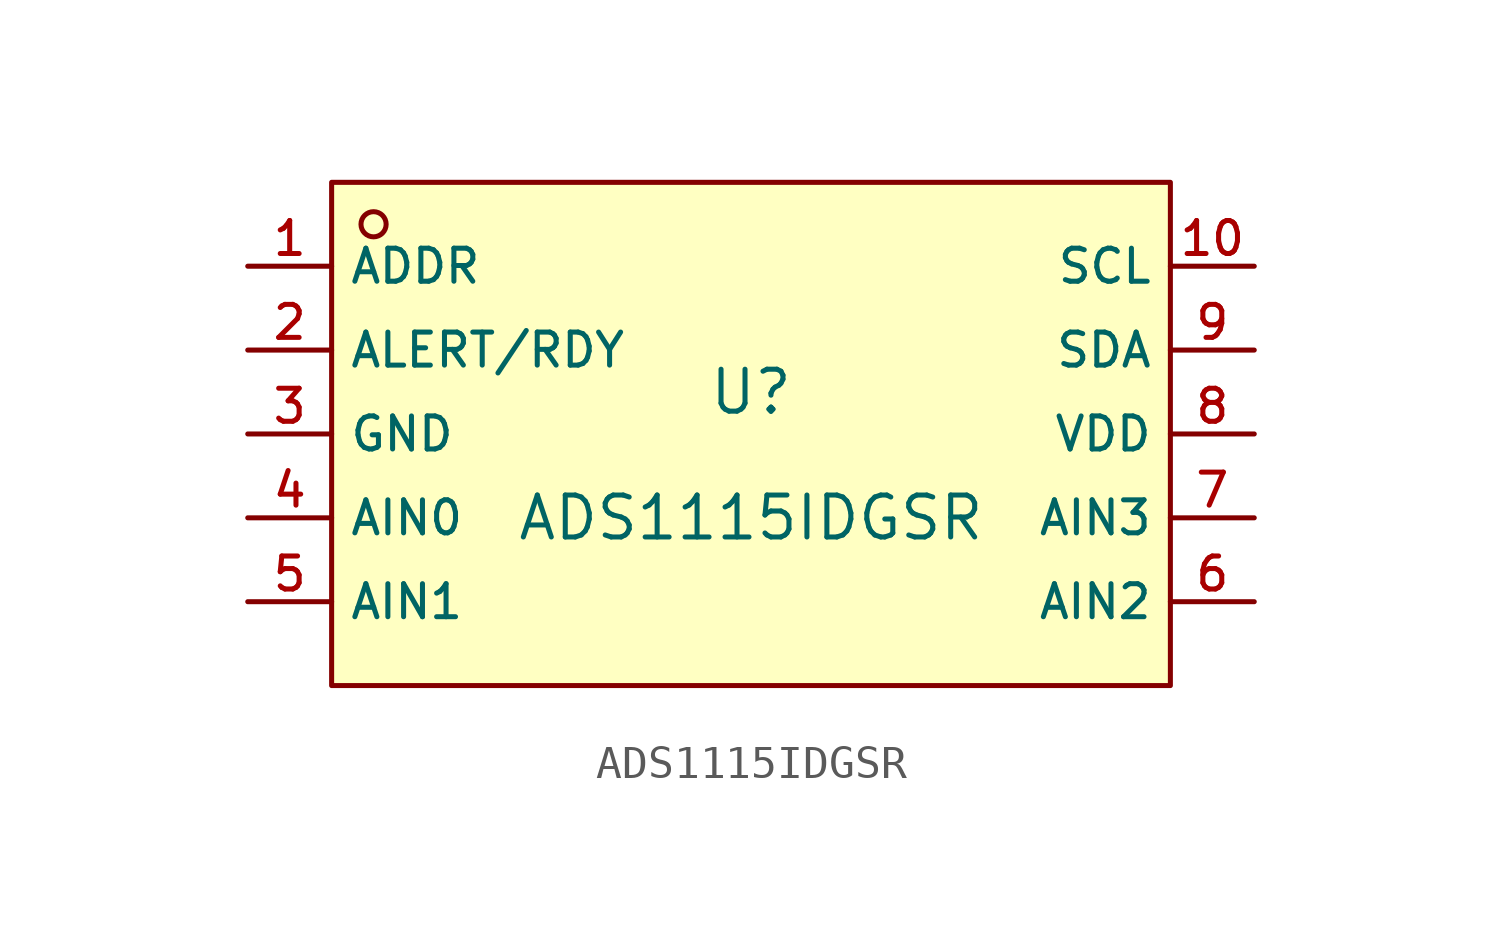
<source format=kicad_sym>
(kicad_symbol_lib
  (version 20210201)
  (generator TousstNicolas/JLC2KiCad_lib)
  (symbol "ADS1115IDGSR"
    (property "Reference" "U"
      (at 0 1.27 0)
      (effects (font (size 1.27 1.27))))
    (property "Value" "ADS1115IDGSR"
      (at 0 -2.54 0)
      (effects (font (size 1.27 1.27))))
    (symbol "ADS1115IDGSR_0_1"
      (rectangle (start -12.7 7.62) (end 12.7 -7.62) (stroke (width 0) (type default) (color 0 0 0 0)) (fill (type background)))
      (circle (center -11.43 6.35) (radius 0.381) (stroke (width 0) (type default) (color 0 0 0 0)) (fill (type background)))
      (pin unspecified line (at -15.24 5.08 0) (length 2.54) (name "ADDR" (effects (font (size 1 1)))) (number "1" (effects (font (size 1 1)))))
      (pin unspecified line (at -15.24 2.54 0) (length 2.54) (name "ALERT/RDY" (effects (font (size 1 1)))) (number "2" (effects (font (size 1 1)))))
      (pin unspecified line (at -15.24 -0.0 0) (length 2.54) (name "GND" (effects (font (size 1 1)))) (number "3" (effects (font (size 1 1)))))
      (pin unspecified line (at -15.24 -2.54 0) (length 2.54) (name "AIN0" (effects (font (size 1 1)))) (number "4" (effects (font (size 1 1)))))
      (pin unspecified line (at -15.24 -5.08 0) (length 2.54) (name "AIN1" (effects (font (size 1 1)))) (number "5" (effects (font (size 1 1)))))
      (pin unspecified line (at 15.24 -5.08 180) (length 2.54) (name "AIN2" (effects (font (size 1 1)))) (number "6" (effects (font (size 1 1)))))
      (pin unspecified line (at 15.24 -2.54 180) (length 2.54) (name "AIN3" (effects (font (size 1 1)))) (number "7" (effects (font (size 1 1)))))
      (pin unspecified line (at 15.24 -0.0 180) (length 2.54) (name "VDD" (effects (font (size 1 1)))) (number "8" (effects (font (size 1 1)))))
      (pin unspecified line (at 15.24 2.54 180) (length 2.54) (name "SDA" (effects (font (size 1 1)))) (number "9" (effects (font (size 1 1)))))
      (pin unspecified line (at 15.24 5.08 180) (length 2.54) (name "SCL" (effects (font (size 1 1)))) (number "10" (effects (font (size 1 1))))))))
</source>
